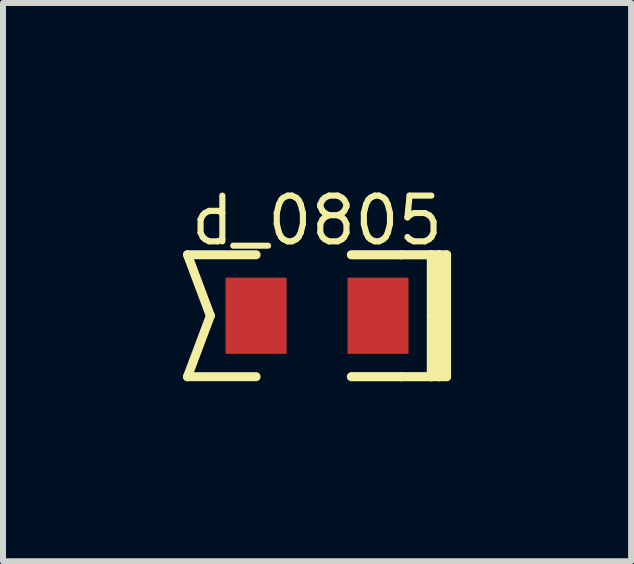
<source format=kicad_pcb>
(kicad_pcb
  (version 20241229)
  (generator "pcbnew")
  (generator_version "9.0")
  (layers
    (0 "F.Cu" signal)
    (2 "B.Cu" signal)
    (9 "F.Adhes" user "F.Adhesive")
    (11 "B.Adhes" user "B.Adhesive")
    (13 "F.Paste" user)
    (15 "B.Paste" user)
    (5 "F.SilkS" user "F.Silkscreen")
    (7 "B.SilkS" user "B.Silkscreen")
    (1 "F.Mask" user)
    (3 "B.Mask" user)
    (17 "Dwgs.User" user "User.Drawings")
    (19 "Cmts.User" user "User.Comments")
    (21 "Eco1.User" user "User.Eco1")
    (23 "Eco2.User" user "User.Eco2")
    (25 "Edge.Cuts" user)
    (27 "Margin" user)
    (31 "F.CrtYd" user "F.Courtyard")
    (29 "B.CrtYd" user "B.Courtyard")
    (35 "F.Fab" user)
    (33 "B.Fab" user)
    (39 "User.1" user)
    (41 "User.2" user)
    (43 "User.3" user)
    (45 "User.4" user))
  (footprint "d_0805"
    (layer "F.Cu")
    (at 2.234 2.212)
    (property "Reference" "d_0805" (at 0 -1.587 0) (layer "F.SilkS") (effects (font (size 0.762 0.762) (thickness 0.102))))
    (attr smd)
    (fp_line (start -2.159 -1.016) (end -1.778 0) (stroke (width 0.15) (type solid)) (layer "F.SilkS"))
    (fp_line (start -2.159 1.016) (end -1.778 0) (stroke (width 0.15) (type solid)) (layer "F.SilkS"))
    (fp_line (start -1.016 -1.016) (end -2.159 -1.016) (stroke (width 0.15) (type solid)) (layer "F.SilkS"))
    (fp_line (start -1.016 1.016) (end -2.159 1.016) (stroke (width 0.15) (type solid)) (layer "F.SilkS"))
    (fp_line (start 0.572 -1.016) (end 1.397 -1.016) (stroke (width 0.152) (type solid)) (layer "F.SilkS"))
    (fp_line (start 0.572 1.016) (end 1.397 1.016) (stroke (width 0.152) (type solid)) (layer "F.SilkS"))
    (fp_line (start 1.905 -1.016) (end 1.397 -1.016) (stroke (width 0.152) (type solid)) (layer "F.SilkS"))
    (fp_line (start 1.905 -1.016) (end 2.032 -1.016) (stroke (width 0.15) (type solid)) (layer "F.SilkS"))
    (fp_line (start 1.905 -0.508) (end 1.905 -1.016) (stroke (width 0.152) (type solid)) (layer "F.SilkS"))
    (fp_line (start 1.905 0) (end 1.905 -0.508) (stroke (width 0.152) (type solid)) (layer "F.SilkS"))
    (fp_line (start 1.905 0.508) (end 1.905 0) (stroke (width 0.152) (type solid)) (layer "F.SilkS"))
    (fp_line (start 1.905 0.508) (end 1.905 1.016) (stroke (width 0.152) (type solid)) (layer "F.SilkS"))
    (fp_line (start 1.905 1.016) (end 1.397 1.016) (stroke (width 0.152) (type solid)) (layer "F.SilkS"))
    (fp_line (start 2.032 -1.016) (end 2.032 1.016) (stroke (width 0.15) (type solid)) (layer "F.SilkS"))
    (fp_line (start 2.032 -1.016) (end 2.159 -1.016) (stroke (width 0.15) (type solid)) (layer "F.SilkS"))
    (fp_line (start 2.032 1.016) (end 1.905 1.016) (stroke (width 0.15) (type solid)) (layer "F.SilkS"))
    (fp_line (start 2.159 -1.016) (end 2.159 1.016) (stroke (width 0.15) (type solid)) (layer "F.SilkS"))
    (fp_line (start 2.159 1.016) (end 2.032 1.016) (stroke (width 0.15) (type solid)) (layer "F.SilkS"))
    (pad "1" smd rect (at -1.016 0) (size 1.016 1.27) (layers "F.Cu" "F.Mask" "F.Paste"))
    (pad "2" smd rect (at 1.016 0) (size 1.016 1.27) (layers "F.Cu" "F.Mask" "F.Paste")))
  (gr_rect
    (start -3 -3)
    (end 7.468 6.304)
    (stroke (width 0.1) (type default))
    (fill no)
    (layer "Edge.Cuts")))
</source>
